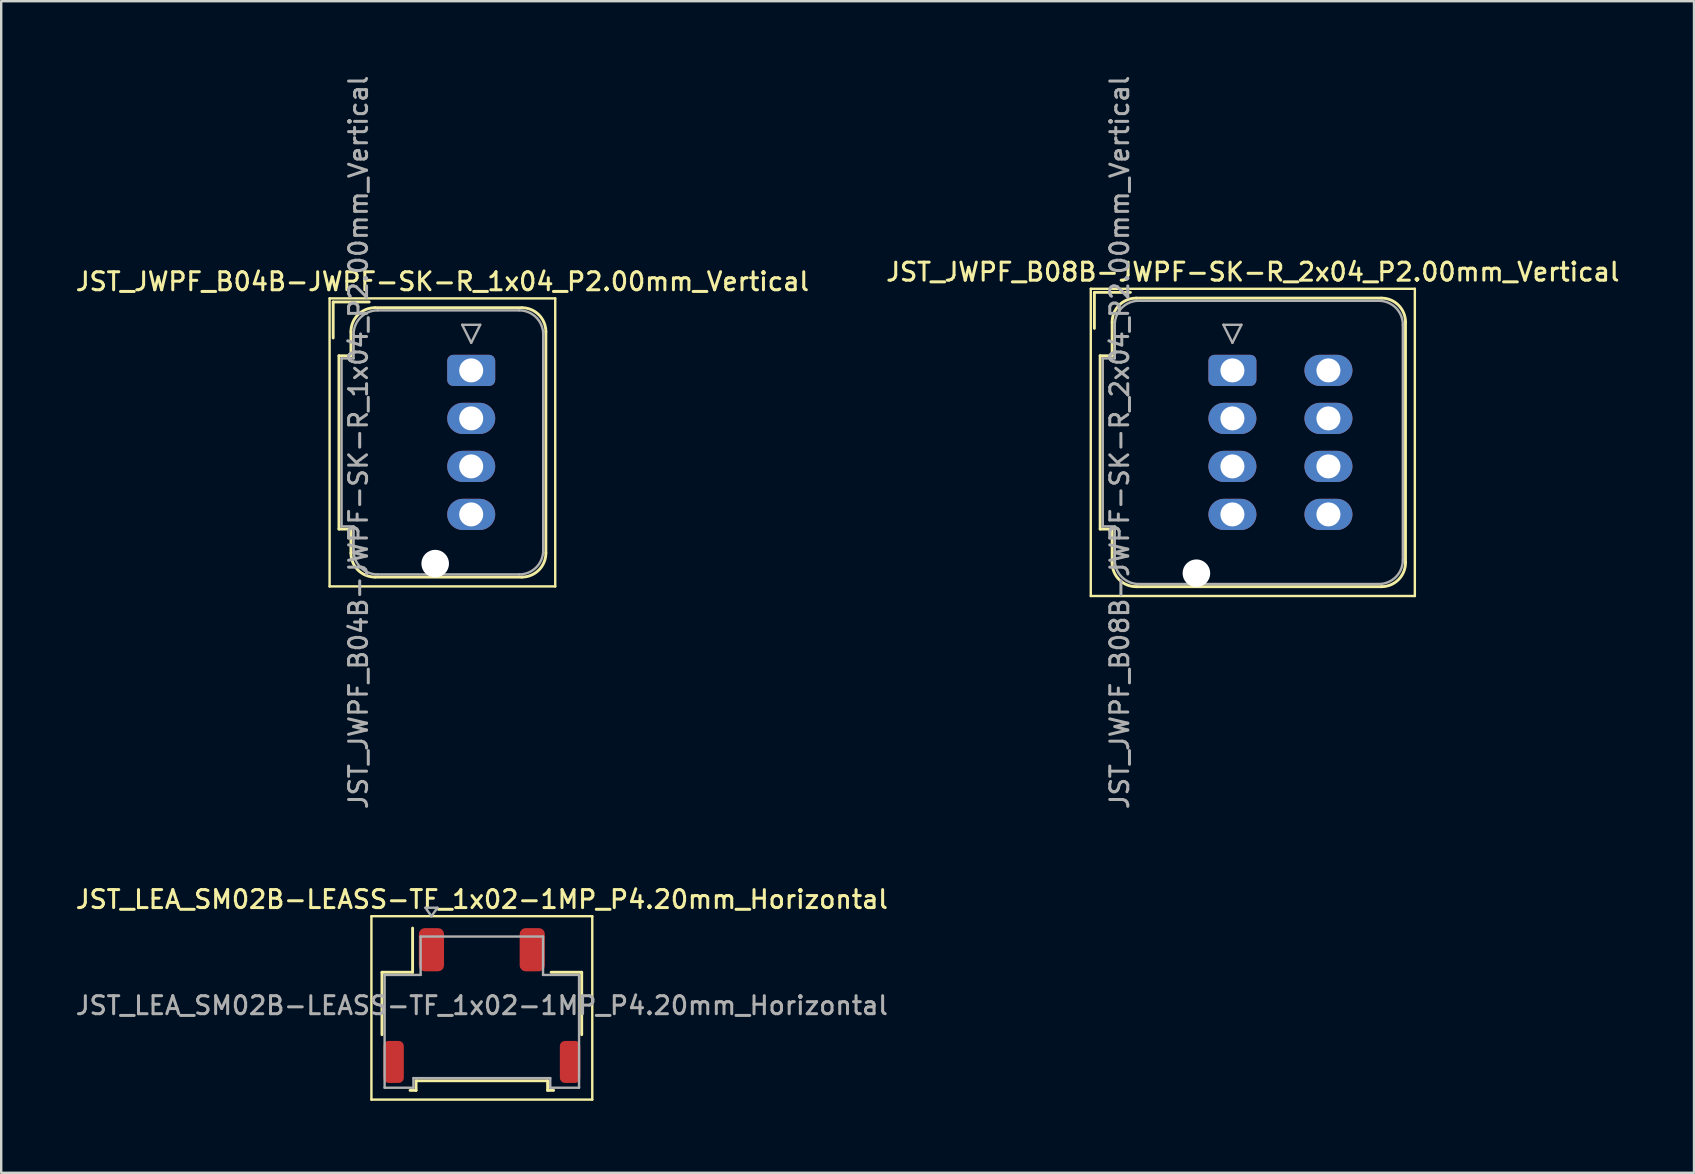
<source format=kicad_pcb>
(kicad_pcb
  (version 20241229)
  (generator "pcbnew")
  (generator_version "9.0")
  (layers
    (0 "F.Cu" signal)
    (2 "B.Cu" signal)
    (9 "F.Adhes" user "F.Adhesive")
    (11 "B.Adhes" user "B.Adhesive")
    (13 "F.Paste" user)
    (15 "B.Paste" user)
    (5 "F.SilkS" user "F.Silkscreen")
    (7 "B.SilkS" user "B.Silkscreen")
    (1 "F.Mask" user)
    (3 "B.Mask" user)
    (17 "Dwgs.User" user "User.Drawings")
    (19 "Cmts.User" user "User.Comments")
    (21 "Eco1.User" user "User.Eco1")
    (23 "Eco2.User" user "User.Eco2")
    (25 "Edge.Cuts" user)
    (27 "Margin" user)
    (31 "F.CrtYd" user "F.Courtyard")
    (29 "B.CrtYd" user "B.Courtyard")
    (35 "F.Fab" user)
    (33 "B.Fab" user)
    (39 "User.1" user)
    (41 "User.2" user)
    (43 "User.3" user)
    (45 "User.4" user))
  (footprint "JST_JWPF_B04B-JWPF-SK-R_1x04_P2.00mm_Vertical"
    (layer "F.Cu")
    (at 16.58 12.38)
    (property "Reference" "JST_JWPF_B04B-JWPF-SK-R_1x04_P2.00mm_Vertical" (at -1.2 -3.7 0) (layer "F.SilkS") (effects (font (size 0.75 0.75) (thickness 0.125))))
    (attr through_hole)
    (fp_line (start -5.9 -3) (end -5.9 9) (stroke (width 0.1) (type solid)) (layer "F.SilkS"))
    (fp_line (start -5.9 9) (end 3.5 9) (stroke (width 0.1) (type solid)) (layer "F.SilkS"))
    (fp_line (start -5.75 -2.85) (end -4.25 -2.85) (stroke (width 0.12) (type solid)) (layer "F.SilkS"))
    (fp_line (start -5.75 -1.35) (end -5.75 -2.85) (stroke (width 0.12) (type solid)) (layer "F.SilkS"))
    (fp_line (start -5.51 -0.61) (end -5.51 6.61) (stroke (width 0.12) (type solid)) (layer "F.SilkS"))
    (fp_line (start -5.51 6.61) (end -5.01 6.61) (stroke (width 0.12) (type solid)) (layer "F.SilkS"))
    (fp_line (start -5.01 -1.61) (end -5.01 -0.61) (stroke (width 0.12) (type solid)) (layer "F.SilkS"))
    (fp_line (start -5.01 -0.61) (end -5.51 -0.61) (stroke (width 0.12) (type solid)) (layer "F.SilkS"))
    (fp_line (start -5.01 6.61) (end -5.01 7.61) (stroke (width 0.12) (type solid)) (layer "F.SilkS"))
    (fp_line (start -4.01 -2.61) (end 2.11 -2.61) (stroke (width 0.12) (type solid)) (layer "F.SilkS"))
    (fp_line (start -4.01 8.61) (end 2.11 8.61) (stroke (width 0.12) (type solid)) (layer "F.SilkS"))
    (fp_line (start 3.11 -1.61) (end 3.11 7.61) (stroke (width 0.12) (type solid)) (layer "F.SilkS"))
    (fp_line (start 3.5 -3) (end -5.9 -3) (stroke (width 0.1) (type solid)) (layer "F.SilkS"))
    (fp_line (start 3.5 9) (end 3.5 -3) (stroke (width 0.1) (type solid)) (layer "F.SilkS"))
    (fp_arc (start -5.01 -1.61) (mid -4.717107 -2.317107) (end -4.01 -2.61) (stroke (width 0.12) (type solid)) (layer "F.SilkS"))
    (fp_arc (start -4.01 8.61) (mid -4.717107 8.317107) (end -5.01 7.61) (stroke (width 0.12) (type solid)) (layer "F.SilkS"))
    (fp_arc (start 2.11 -2.61) (mid 2.817107 -2.317107) (end 3.11 -1.61) (stroke (width 0.12) (type solid)) (layer "F.SilkS"))
    (fp_arc (start 3.11 7.61) (mid 2.817107 8.317107) (end 2.11 8.61) (stroke (width 0.12) (type solid)) (layer "F.SilkS"))
    (fp_line (start -5.4 -0.5) (end -5.4 6.5) (stroke (width 0.1) (type solid)) (layer "F.Fab"))
    (fp_line (start -5.4 6.5) (end -4.9 6.5) (stroke (width 0.1) (type solid)) (layer "F.Fab"))
    (fp_line (start -4.9 -1.5) (end -4.9 -0.5) (stroke (width 0.1) (type solid)) (layer "F.Fab"))
    (fp_line (start -4.9 -0.5) (end -5.4 -0.5) (stroke (width 0.1) (type solid)) (layer "F.Fab"))
    (fp_line (start -4.9 6.5) (end -4.9 7.5) (stroke (width 0.1) (type solid)) (layer "F.Fab"))
    (fp_line (start -3.9 -2.5) (end 2 -2.5) (stroke (width 0.1) (type solid)) (layer "F.Fab"))
    (fp_line (start -3.9 8.5) (end 2 8.5) (stroke (width 0.1) (type solid)) (layer "F.Fab"))
    (fp_line (start -0.375 -1.9) (end 0.375 -1.9) (stroke (width 0.1) (type solid)) (layer "F.Fab"))
    (fp_line (start 0 -1.15) (end -0.375 -1.9) (stroke (width 0.1) (type solid)) (layer "F.Fab"))
    (fp_line (start 0.375 -1.9) (end 0 -1.15) (stroke (width 0.1) (type solid)) (layer "F.Fab"))
    (fp_line (start 3 -1.5) (end 3 7.5) (stroke (width 0.1) (type solid)) (layer "F.Fab"))
    (fp_arc (start -4.9 -1.5) (mid -4.607107 -2.207107) (end -3.9 -2.5) (stroke (width 0.1) (type solid)) (layer "F.Fab"))
    (fp_arc (start -3.9 8.5) (mid -4.607107 8.207107) (end -4.9 7.5) (stroke (width 0.1) (type solid)) (layer "F.Fab"))
    (fp_arc (start 2 -2.5) (mid 2.707107 -2.207107) (end 3 -1.5) (stroke (width 0.1) (type solid)) (layer "F.Fab"))
    (fp_arc (start 3 7.5) (mid 2.707107 8.207107) (end 2 8.5) (stroke (width 0.1) (type solid)) (layer "F.Fab"))
    (fp_text user "${REFERENCE}" (at -4.7 3 90) (layer "F.Fab") (effects (font (size 0.75 0.75) (thickness 0.125))))
    (pad "" np_thru_hole circle (at -1.5 8.05) (size 1.15 1.15) (drill 1.15) (layers "*.Cu" "*.Mask"))
    (pad "1" thru_hole roundrect (at 0 0) (size 2 1.3) (drill 1) (layers "*.Cu" "*.Mask") (roundrect_rratio 0.192))
    (pad "2" thru_hole oval (at 0 2) (size 2 1.3) (drill 1) (layers "*.Cu" "*.Mask"))
    (pad "3" thru_hole oval (at 0 4) (size 2 1.3) (drill 1) (layers "*.Cu" "*.Mask"))
    (pad "4" thru_hole oval (at 0 6) (size 2 1.3) (drill 1) (layers "*.Cu" "*.Mask")))
  (footprint "JST_JWPF_B08B-JWPF-SK-R_2x04_P2.00mm_Vertical"
    (layer "F.Cu")
    (at 48.291 12.38)
    (property "Reference" "JST_JWPF_B08B-JWPF-SK-R_2x04_P2.00mm_Vertical" (at 0.85 -4.1 0) (layer "F.SilkS") (effects (font (size 0.75 0.75) (thickness 0.125))))
    (attr through_hole)
    (fp_line (start -5.9 -3.4) (end -5.9 9.4) (stroke (width 0.1) (type solid)) (layer "F.SilkS"))
    (fp_line (start -5.9 9.4) (end 7.6 9.4) (stroke (width 0.1) (type solid)) (layer "F.SilkS"))
    (fp_line (start -5.75 -3.25) (end -4.25 -3.25) (stroke (width 0.12) (type solid)) (layer "F.SilkS"))
    (fp_line (start -5.75 -1.75) (end -5.75 -3.25) (stroke (width 0.12) (type solid)) (layer "F.SilkS"))
    (fp_line (start -5.51 -0.61) (end -5.51 6.61) (stroke (width 0.12) (type solid)) (layer "F.SilkS"))
    (fp_line (start -5.51 6.61) (end -5.01 6.61) (stroke (width 0.12) (type solid)) (layer "F.SilkS"))
    (fp_line (start -5.01 -2.01) (end -5.01 -0.61) (stroke (width 0.12) (type solid)) (layer "F.SilkS"))
    (fp_line (start -5.01 -0.61) (end -5.51 -0.61) (stroke (width 0.12) (type solid)) (layer "F.SilkS"))
    (fp_line (start -5.01 6.61) (end -5.01 8.01) (stroke (width 0.12) (type solid)) (layer "F.SilkS"))
    (fp_line (start -4.01 -3.01) (end 6.21 -3.01) (stroke (width 0.12) (type solid)) (layer "F.SilkS"))
    (fp_line (start -4.01 9.01) (end 6.21 9.01) (stroke (width 0.12) (type solid)) (layer "F.SilkS"))
    (fp_line (start 7.21 -2.01) (end 7.21 8.01) (stroke (width 0.12) (type solid)) (layer "F.SilkS"))
    (fp_line (start 7.6 -3.4) (end -5.9 -3.4) (stroke (width 0.1) (type solid)) (layer "F.SilkS"))
    (fp_line (start 7.6 9.4) (end 7.6 -3.4) (stroke (width 0.1) (type solid)) (layer "F.SilkS"))
    (fp_arc (start -5.01 -2.01) (mid -4.717107 -2.717107) (end -4.01 -3.01) (stroke (width 0.12) (type solid)) (layer "F.SilkS"))
    (fp_arc (start -4.01 9.01) (mid -4.717107 8.717107) (end -5.01 8.01) (stroke (width 0.12) (type solid)) (layer "F.SilkS"))
    (fp_arc (start 6.21 -3.01) (mid 6.917107 -2.717107) (end 7.21 -2.01) (stroke (width 0.12) (type solid)) (layer "F.SilkS"))
    (fp_arc (start 7.21 8.01) (mid 6.917107 8.717107) (end 6.21 9.01) (stroke (width 0.12) (type solid)) (layer "F.SilkS"))
    (fp_line (start -5.4 -0.5) (end -5.4 6.5) (stroke (width 0.1) (type solid)) (layer "F.Fab"))
    (fp_line (start -5.4 6.5) (end -4.9 6.5) (stroke (width 0.1) (type solid)) (layer "F.Fab"))
    (fp_line (start -4.9 -1.9) (end -4.9 -0.5) (stroke (width 0.1) (type solid)) (layer "F.Fab"))
    (fp_line (start -4.9 -0.5) (end -5.4 -0.5) (stroke (width 0.1) (type solid)) (layer "F.Fab"))
    (fp_line (start -4.9 6.5) (end -4.9 7.9) (stroke (width 0.1) (type solid)) (layer "F.Fab"))
    (fp_line (start -3.9 -2.9) (end 6.1 -2.9) (stroke (width 0.1) (type solid)) (layer "F.Fab"))
    (fp_line (start -3.9 8.9) (end 6.1 8.9) (stroke (width 0.1) (type solid)) (layer "F.Fab"))
    (fp_line (start -0.375 -1.9) (end 0.375 -1.9) (stroke (width 0.1) (type solid)) (layer "F.Fab"))
    (fp_line (start 0 -1.15) (end -0.375 -1.9) (stroke (width 0.1) (type solid)) (layer "F.Fab"))
    (fp_line (start 0.375 -1.9) (end 0 -1.15) (stroke (width 0.1) (type solid)) (layer "F.Fab"))
    (fp_line (start 7.1 -1.9) (end 7.1 7.9) (stroke (width 0.1) (type solid)) (layer "F.Fab"))
    (fp_arc (start -4.9 -1.9) (mid -4.607107 -2.607107) (end -3.9 -2.9) (stroke (width 0.1) (type solid)) (layer "F.Fab"))
    (fp_arc (start -3.9 8.9) (mid -4.607107 8.607107) (end -4.9 7.9) (stroke (width 0.1) (type solid)) (layer "F.Fab"))
    (fp_arc (start 6.1 -2.9) (mid 6.807107 -2.607107) (end 7.1 -1.9) (stroke (width 0.1) (type solid)) (layer "F.Fab"))
    (fp_arc (start 7.1 7.9) (mid 6.807107 8.607107) (end 6.1 8.9) (stroke (width 0.1) (type solid)) (layer "F.Fab"))
    (fp_text user "${REFERENCE}" (at -4.7 3 90) (layer "F.Fab") (effects (font (size 0.75 0.75) (thickness 0.125))))
    (pad "" np_thru_hole circle (at -1.5 8.45) (size 1.15 1.15) (drill 1.15) (layers "*.Cu" "*.Mask"))
    (pad "1" thru_hole roundrect (at 0 0) (size 2 1.3) (drill 1) (layers "*.Cu" "*.Mask") (roundrect_rratio 0.192))
    (pad "2" thru_hole oval (at 0 2) (size 2 1.3) (drill 1) (layers "*.Cu" "*.Mask"))
    (pad "3" thru_hole oval (at 0 4) (size 2 1.3) (drill 1) (layers "*.Cu" "*.Mask"))
    (pad "4" thru_hole oval (at 0 6) (size 2 1.3) (drill 1) (layers "*.Cu" "*.Mask"))
    (pad "5" thru_hole oval (at 4 0) (size 2 1.3) (drill 1) (layers "*.Cu" "*.Mask"))
    (pad "6" thru_hole oval (at 4 2) (size 2 1.3) (drill 1) (layers "*.Cu" "*.Mask"))
    (pad "7" thru_hole oval (at 4 4) (size 2 1.3) (drill 1) (layers "*.Cu" "*.Mask"))
    (pad "8" thru_hole oval (at 4 6) (size 2 1.3) (drill 1) (layers "*.Cu" "*.Mask")))
  (footprint "JST_LEA_SM02B-LEASS-TF_1x02-1MP_P4.20mm_Horizontal"
    (layer "F.Cu")
    (at 17.023 38.839)
    (property "Reference" "JST_LEA_SM02B-LEASS-TF_1x02-1MP_P4.20mm_Horizontal" (at 0 -4.42 0) (layer "F.SilkS") (effects (font (size 0.75 0.75) (thickness 0.125))))
    (attr smd)
    (fp_line (start -4.6 -3.72) (end -4.6 3.92) (stroke (width 0.1) (type solid)) (layer "F.SilkS"))
    (fp_line (start -4.6 3.92) (end 4.6 3.92) (stroke (width 0.1) (type solid)) (layer "F.SilkS"))
    (fp_line (start -4.16 -1.385) (end -2.885 -1.385) (stroke (width 0.12) (type solid)) (layer "F.SilkS"))
    (fp_line (start -4.16 1.215) (end -4.16 -1.385) (stroke (width 0.12) (type solid)) (layer "F.SilkS"))
    (fp_line (start -2.99 3.535) (end -2.74 3.535) (stroke (width 0.12) (type solid)) (layer "F.SilkS"))
    (fp_line (start -2.885 -1.385) (end -2.885 -3.225) (stroke (width 0.12) (type solid)) (layer "F.SilkS"))
    (fp_line (start -2.74 3.135) (end 2.74 3.135) (stroke (width 0.12) (type solid)) (layer "F.SilkS"))
    (fp_line (start -2.74 3.535) (end -2.74 3.135) (stroke (width 0.12) (type solid)) (layer "F.SilkS"))
    (fp_line (start 2.74 3.135) (end 2.74 3.535) (stroke (width 0.12) (type solid)) (layer "F.SilkS"))
    (fp_line (start 2.74 3.535) (end 2.99 3.535) (stroke (width 0.12) (type solid)) (layer "F.SilkS"))
    (fp_line (start 4.16 -1.385) (end 2.885 -1.385) (stroke (width 0.12) (type solid)) (layer "F.SilkS"))
    (fp_line (start 4.16 1.215) (end 4.16 -1.385) (stroke (width 0.12) (type solid)) (layer "F.SilkS"))
    (fp_line (start 4.6 -3.72) (end -4.6 -3.72) (stroke (width 0.1) (type solid)) (layer "F.SilkS"))
    (fp_line (start 4.6 3.92) (end 4.6 -3.72) (stroke (width 0.1) (type solid)) (layer "F.SilkS"))
    (fp_line (start -4.05 -1.275) (end -4.05 3.425) (stroke (width 0.1) (type solid)) (layer "F.Fab"))
    (fp_line (start -4.05 -1.275) (end -2.55 -1.275) (stroke (width 0.1) (type solid)) (layer "F.Fab"))
    (fp_line (start -4.05 3.425) (end -2.85 3.425) (stroke (width 0.1) (type solid)) (layer "F.Fab"))
    (fp_line (start -2.85 3.025) (end 2.85 3.025) (stroke (width 0.1) (type solid)) (layer "F.Fab"))
    (fp_line (start -2.85 3.425) (end -2.85 3.025) (stroke (width 0.1) (type solid)) (layer "F.Fab"))
    (fp_line (start -2.55 -2.875) (end 2.55 -2.875) (stroke (width 0.1) (type solid)) (layer "F.Fab"))
    (fp_line (start -2.55 -1.275) (end -2.55 -2.875) (stroke (width 0.1) (type solid)) (layer "F.Fab"))
    (fp_line (start -2.35 -4.074) (end -2.1 -3.72) (stroke (width 0.1) (type solid)) (layer "F.Fab"))
    (fp_line (start -2.1 -3.72) (end -1.85 -4.074) (stroke (width 0.1) (type solid)) (layer "F.Fab"))
    (fp_line (start -1.85 -4.074) (end -2.35 -4.074) (stroke (width 0.1) (type solid)) (layer "F.Fab"))
    (fp_line (start 2.55 -2.875) (end 2.55 -1.275) (stroke (width 0.1) (type solid)) (layer "F.Fab"))
    (fp_line (start 2.55 -1.275) (end 4.05 -1.275) (stroke (width 0.1) (type solid)) (layer "F.Fab"))
    (fp_line (start 2.85 3.025) (end 2.85 3.425) (stroke (width 0.1) (type solid)) (layer "F.Fab"))
    (fp_line (start 2.85 3.425) (end 4.05 3.425) (stroke (width 0.1) (type solid)) (layer "F.Fab"))
    (fp_line (start 4.05 -1.275) (end 4.05 3.425) (stroke (width 0.1) (type solid)) (layer "F.Fab"))
    (fp_text user "${REFERENCE}" (at 0 0 0) (layer "F.Fab") (effects (font (size 0.75 0.75) (thickness 0.125))))
    (pad "1" smd roundrect (at -2.1 -2.325) (size 1.05 1.8) (layers "F.Cu" "F.Mask" "F.Paste") (roundrect_rratio 0.238))
    (pad "2" smd roundrect (at 2.1 -2.325) (size 1.05 1.8) (layers "F.Cu" "F.Mask" "F.Paste") (roundrect_rratio 0.238))
    (pad "MP" smd roundrect (at -3.675 2.35) (size 0.85 1.75) (layers "F.Cu" "F.Mask" "F.Paste") (roundrect_rratio 0.25))
    (pad "MP" smd roundrect (at 3.675 2.35) (size 0.85 1.75) (layers "F.Cu" "F.Mask" "F.Paste") (roundrect_rratio 0.25)))
  (gr_rect
    (start -3 -3)
    (end 67.521 45.809)
    (stroke (width 0.1) (type default))
    (fill no)
    (layer "Edge.Cuts")))
</source>
